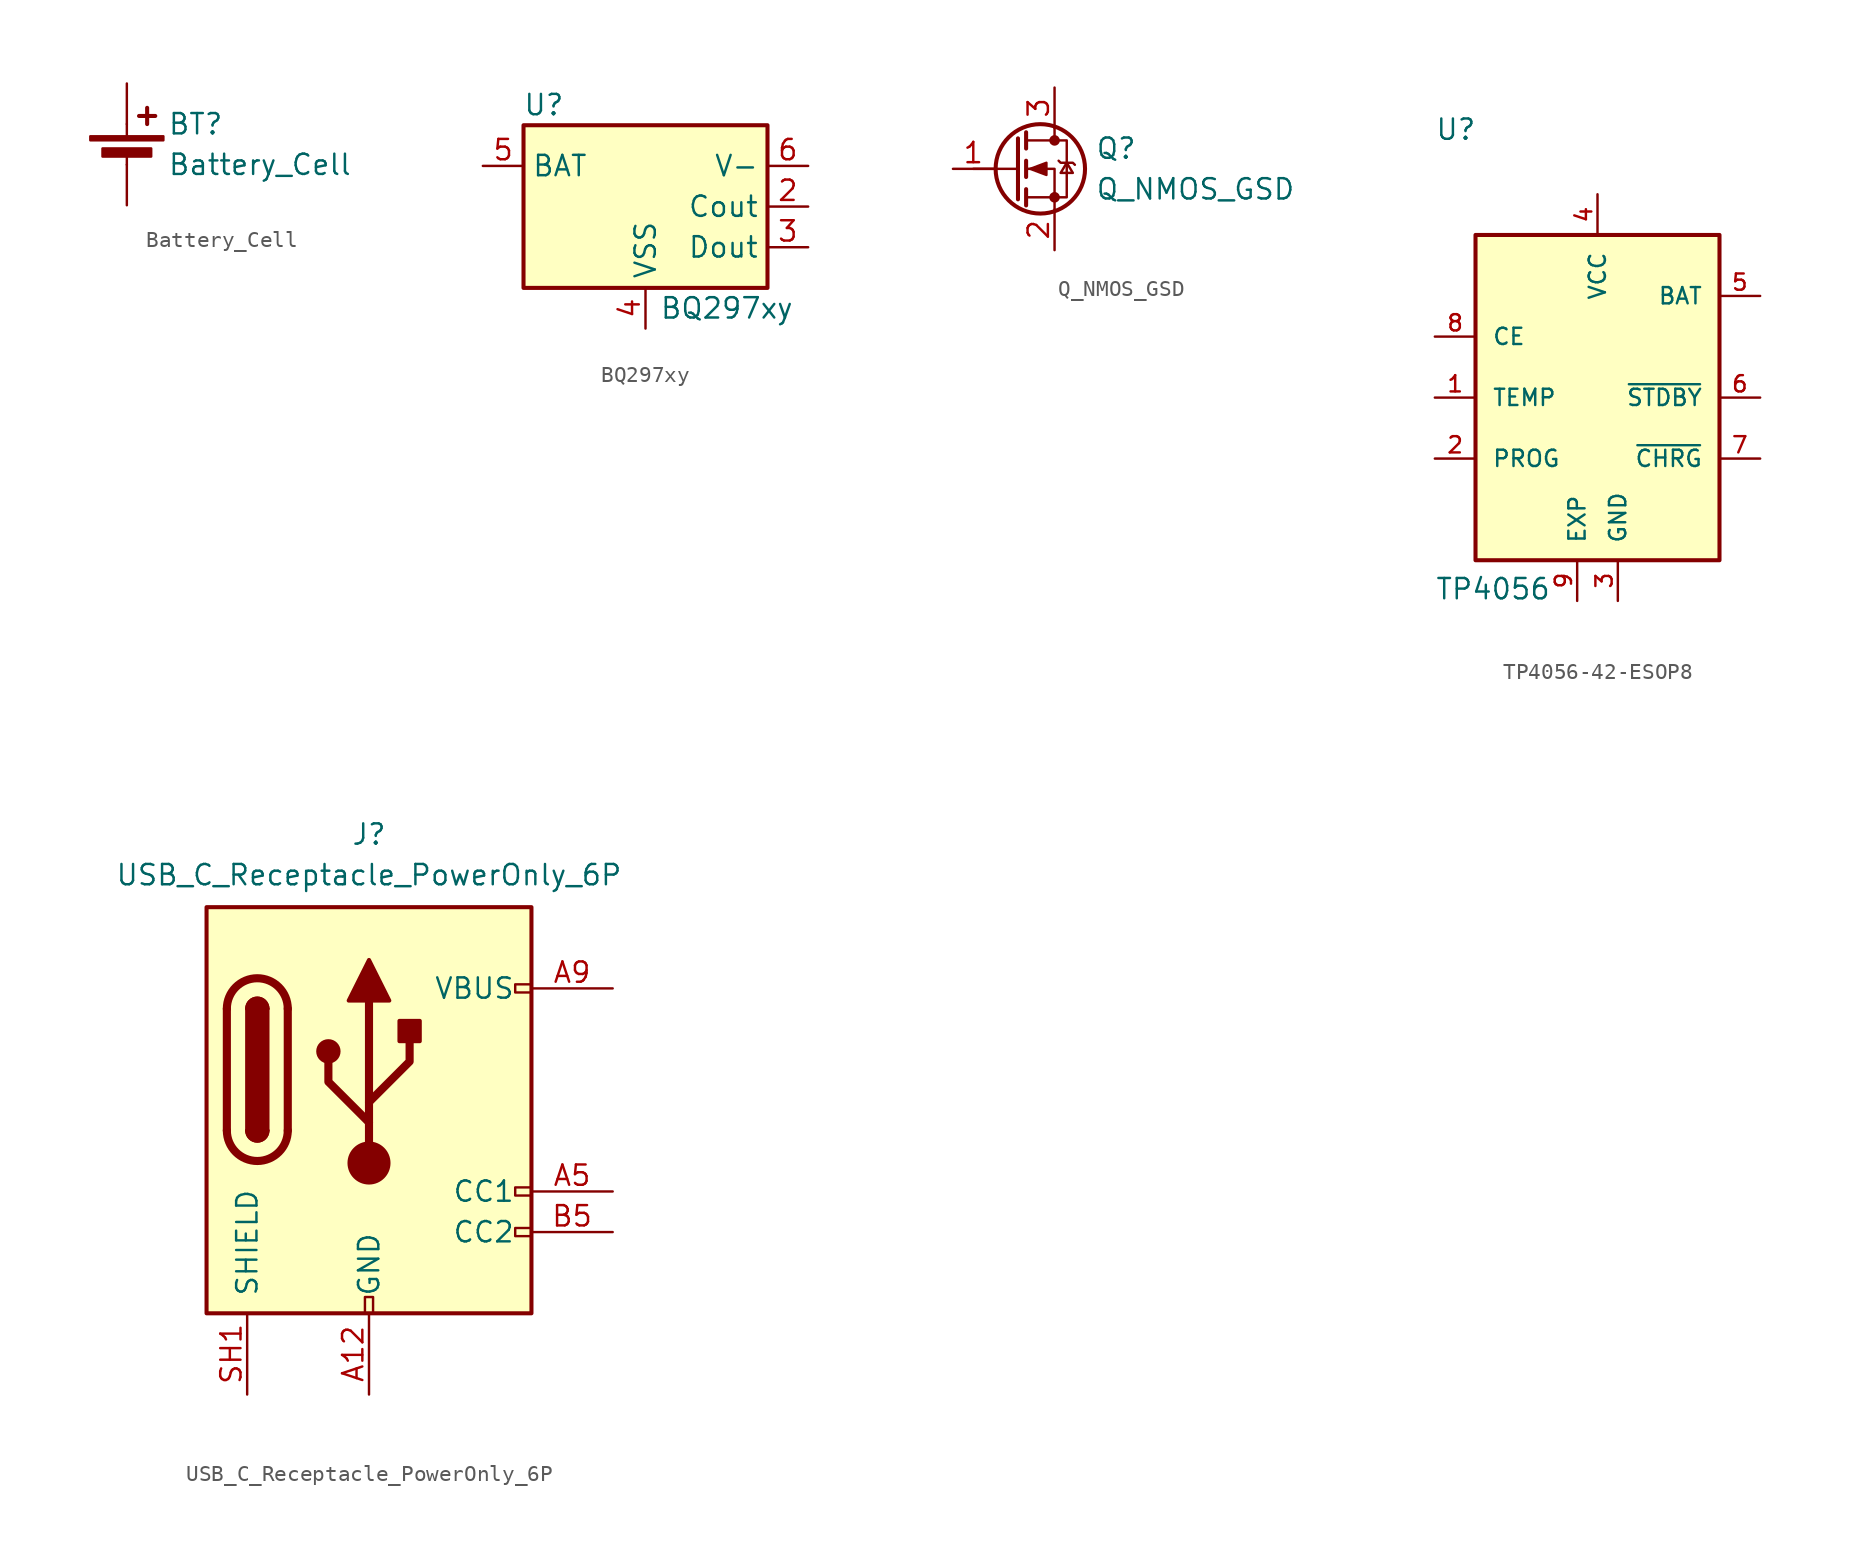
<source format=kicad_sym>
(kicad_symbol_lib
  (version 20231120)
  (generator "kicad_symbol_editor")
  (generator_version "8.0")
  (symbol "Battery_Cell"
    (pin_numbers hide)
    (pin_names
      (offset 0) hide)
    (property "Reference" "BT"
      (at 2.54 2.54 0)
      (effects (font (size 1.27 1.27)) (justify left)))
    (property "Value" "Battery_Cell"
      (at 2.54 0 0)
      (effects (font (size 1.27 1.27)) (justify left)))
    (symbol "Battery_Cell_0_1"
      (rectangle (start -2.286 1.778) (end 2.286 1.524) (stroke (width 0) (type default)) (fill (type outline)))
      (rectangle (start -1.524 1.016) (end 1.524 0.508) (stroke (width 0) (type default)) (fill (type outline)))
      (polyline (pts (xy 0 0.762) (xy 0 0)) (stroke (width 0) (type default)) (fill (type none)))
      (polyline (pts (xy 0 1.778) (xy 0 2.54)) (stroke (width 0) (type default)) (fill (type none)))
      (polyline (pts (xy 0.762 3.048) (xy 1.778 3.048)) (stroke (width 0.254) (type default)) (fill (type none)))
      (polyline (pts (xy 1.27 3.556) (xy 1.27 2.54)) (stroke (width 0.254) (type default)) (fill (type none))))
    (symbol "Battery_Cell_1_1"
      (pin passive line (at 0 -2.54 90) (length 2.54) (name "-" (effects (font (size 1.27 1.27)))) (number "1" (effects (font (size 1.27 1.27)))))
      (pin passive line (at 0 5.08 270) (length 2.54) (name "+" (effects (font (size 1.27 1.27)))) (number "2" (effects (font (size 1.27 1.27)))))))
  (symbol "BQ297xy"
    (property "Reference" "U"
      (at -6.35 6.35 0)
      (effects (font (size 1.27 1.27))))
    (property "Value" "BQ297xy"
      (at 5.08 -6.35 0)
      (effects (font (size 1.27 1.27))))
    (symbol "BQ297xy_0_1"
      (rectangle (start -7.62 5.08) (end 7.62 -5.08) (stroke (width 0.254) (type default)) (fill (type background))))
    (symbol "BQ297xy_1_1"
      (pin no_connect line (at -10.16 0 0) (length 2.54) hide (name "NC" (effects (font (size 1.27 1.27)))) (number "1" (effects (font (size 1.27 1.27)))))
      (pin output line (at 10.16 0 180) (length 2.54) (name "Cout" (effects (font (size 1.27 1.27)))) (number "2" (effects (font (size 1.27 1.27)))))
      (pin output line (at 10.16 -2.54 180) (length 2.54) (name "Dout" (effects (font (size 1.27 1.27)))) (number "3" (effects (font (size 1.27 1.27)))))
      (pin power_in line (at 0 -7.62 90) (length 2.54) (name "VSS" (effects (font (size 1.27 1.27)))) (number "4" (effects (font (size 1.27 1.27)))))
      (pin input line (at -10.16 2.54 0) (length 2.54) (name "BAT" (effects (font (size 1.27 1.27)))) (number "5" (effects (font (size 1.27 1.27)))))
      (pin input line (at 10.16 2.54 180) (length 2.54) (name "V-" (effects (font (size 1.27 1.27)))) (number "6" (effects (font (size 1.27 1.27)))))))
  (symbol "Q_NMOS_GSD"
    (pin_names
      (offset 0) hide)
    (property "Reference" "Q"
      (at 5.08 1.27 0)
      (effects (font (size 1.27 1.27)) (justify left)))
    (property "Value" "Q_NMOS_GSD"
      (at 5.08 -1.27 0)
      (effects (font (size 1.27 1.27)) (justify left)))
    (symbol "Q_NMOS_GSD_0_1"
      (polyline (pts (xy 0.254 0) (xy -2.54 0)) (stroke (width 0) (type default)) (fill (type none)))
      (polyline (pts (xy 0.254 1.905) (xy 0.254 -1.905)) (stroke (width 0.254) (type default)) (fill (type none)))
      (polyline (pts (xy 0.762 -1.27) (xy 0.762 -2.286)) (stroke (width 0.254) (type default)) (fill (type none)))
      (polyline (pts (xy 0.762 0.508) (xy 0.762 -0.508)) (stroke (width 0.254) (type default)) (fill (type none)))
      (polyline (pts (xy 0.762 2.286) (xy 0.762 1.27)) (stroke (width 0.254) (type default)) (fill (type none)))
      (polyline (pts (xy 2.54 2.54) (xy 2.54 1.778)) (stroke (width 0) (type default)) (fill (type none)))
      (polyline (pts (xy 2.54 -2.54) (xy 2.54 0) (xy 0.762 0)) (stroke (width 0) (type default)) (fill (type none)))
      (polyline (pts (xy 0.762 -1.778) (xy 3.302 -1.778) (xy 3.302 1.778) (xy 0.762 1.778)) (stroke (width 0) (type default)) (fill (type none)))
      (polyline (pts (xy 1.016 0) (xy 2.032 0.381) (xy 2.032 -0.381) (xy 1.016 0)) (stroke (width 0) (type default)) (fill (type outline)))
      (polyline (pts (xy 2.794 0.508) (xy 2.921 0.381) (xy 3.683 0.381) (xy 3.81 0.254)) (stroke (width 0) (type default)) (fill (type none)))
      (polyline (pts (xy 3.302 0.381) (xy 2.921 -0.254) (xy 3.683 -0.254) (xy 3.302 0.381)) (stroke (width 0) (type default)) (fill (type none)))
      (circle (center 1.651 0) (radius 2.794) (stroke (width 0.254) (type default)) (fill (type none)))
      (circle (center 2.54 -1.778) (radius 0.254) (stroke (width 0) (type default)) (fill (type outline)))
      (circle (center 2.54 1.778) (radius 0.254) (stroke (width 0) (type default)) (fill (type outline))))
    (symbol "Q_NMOS_GSD_1_1"
      (pin input line (at -3.81 0 0) (length 2.54) (name "G" (effects (font (size 1.27 1.27)))) (number "1" (effects (font (size 1.27 1.27)))))
      (pin passive line (at 2.54 -5.08 90) (length 2.54) (name "S" (effects (font (size 1.27 1.27)))) (number "2" (effects (font (size 1.27 1.27)))))
      (pin passive line (at 2.54 5.08 270) (length 2.54) (name "D" (effects (font (size 1.27 1.27)))) (number "3" (effects (font (size 1.27 1.27)))))))
  (symbol "TP4056-42-ESOP8"
    (pin_names
      (offset 1.016))
    (property "Reference" "U"
      (at -10.16 16.002 0)
      (effects (font (size 1.27 1.27)) (justify left bottom)))
    (property "Value" "TP4056"
      (at -10.16 -12.7 0)
      (effects (font (size 1.27 1.27)) (justify left bottom)))
    (symbol "TP4056-42-ESOP8_0_0"
      (rectangle (start -7.62 10.16) (end 7.62 -10.16) (stroke (width 0.254) (type default)) (fill (type background)))
      (pin input line (at -10.16 0 0) (length 2.54) (name "TEMP" (effects (font (size 1.016 1.016)))) (number "1" (effects (font (size 1.016 1.016)))))
      (pin passive line (at -10.16 -3.81 0) (length 2.54) (name "PROG" (effects (font (size 1.016 1.016)))) (number "2" (effects (font (size 1.016 1.016)))))
      (pin power_in line (at 1.27 -12.7 90) (length 2.54) (name "GND" (effects (font (size 1.016 1.016)))) (number "3" (effects (font (size 1.016 1.016)))))
      (pin power_in line (at 0 12.7 270) (length 2.54) (name "VCC" (effects (font (size 1.016 1.016)))) (number "4" (effects (font (size 1.016 1.016)))))
      (pin power_in line (at 10.16 6.35 180) (length 2.54) (name "BAT" (effects (font (size 1.016 1.016)))) (number "5" (effects (font (size 1.016 1.016)))))
      (pin output line (at 10.16 0 180) (length 2.54) (name "~{STDBY}" (effects (font (size 1.016 1.016)))) (number "6" (effects (font (size 1.016 1.016)))))
      (pin output line (at 10.16 -3.81 180) (length 2.54) (name "~{CHRG}" (effects (font (size 1.016 1.016)))) (number "7" (effects (font (size 1.016 1.016)))))
      (pin input line (at -10.16 3.81 0) (length 2.54) (name "CE" (effects (font (size 1.016 1.016)))) (number "8" (effects (font (size 1.016 1.016)))))
      (pin passive line (at -1.27 -12.7 90) (length 2.54) (name "EXP" (effects (font (size 1.016 1.016)))) (number "9" (effects (font (size 1.016 1.016)))))))
  (symbol "USB_C_Receptacle_PowerOnly_6P"
    (pin_names
      (offset 1.016))
    (property "Reference" "J"
      (at 0 16.51 0)
      (effects (font (size 1.27 1.27)) (justify bottom)))
    (property "Value" "USB_C_Receptacle_PowerOnly_6P"
      (at 0 13.97 0)
      (effects (font (size 1.27 1.27)) (justify bottom)))
    (symbol "USB_C_Receptacle_PowerOnly_6P_0_0"
      (rectangle (start -0.254 -12.7) (end 0.254 -11.684) (stroke (width 0) (type default)) (fill (type none)))
      (rectangle (start 10.16 -7.366) (end 9.144 -7.874) (stroke (width 0) (type default)) (fill (type none)))
      (rectangle (start 10.16 -4.826) (end 9.144 -5.334) (stroke (width 0) (type default)) (fill (type none)))
      (rectangle (start 10.16 7.874) (end 9.144 7.366) (stroke (width 0) (type default)) (fill (type none))))
    (symbol "USB_C_Receptacle_PowerOnly_6P_0_1"
      (rectangle (start -10.16 12.7) (end 10.16 -12.7) (stroke (width 0.254) (type default)) (fill (type background)))
      (arc (start -8.89 -1.27) (mid -6.985 -3.1667) (end -5.08 -1.27) (stroke (width 0.508) (type default)) (fill (type none)))
      (arc (start -7.62 -1.27) (mid -6.985 -1.9023) (end -6.35 -1.27) (stroke (width 0.254) (type default)) (fill (type none)))
      (arc (start -7.62 -1.27) (mid -6.985 -1.9023) (end -6.35 -1.27) (stroke (width 0.254) (type default)) (fill (type outline)))
      (rectangle (start -7.62 -1.27) (end -6.35 6.35) (stroke (width 0.254) (type default)) (fill (type outline)))
      (arc (start -6.35 6.35) (mid -6.985 6.9823) (end -7.62 6.35) (stroke (width 0.254) (type default)) (fill (type none)))
      (arc (start -6.35 6.35) (mid -6.985 6.9823) (end -7.62 6.35) (stroke (width 0.254) (type default)) (fill (type outline)))
      (arc (start -5.08 6.35) (mid -6.985 8.2467) (end -8.89 6.35) (stroke (width 0.508) (type default)) (fill (type none)))
      (circle (center -2.54 3.683) (radius 0.635) (stroke (width 0.254) (type default)) (fill (type outline)))
      (circle (center 0 -3.302) (radius 1.27) (stroke (width 0) (type default)) (fill (type outline)))
      (polyline (pts (xy -8.89 -1.27) (xy -8.89 6.35)) (stroke (width 0.508) (type default)) (fill (type none)))
      (polyline (pts (xy -5.08 6.35) (xy -5.08 -1.27)) (stroke (width 0.508) (type default)) (fill (type none)))
      (polyline (pts (xy 0 -3.302) (xy 0 6.858)) (stroke (width 0.508) (type default)) (fill (type none)))
      (polyline (pts (xy 0 -0.762) (xy -2.54 1.778) (xy -2.54 3.048)) (stroke (width 0.508) (type default)) (fill (type none)))
      (polyline (pts (xy 0 0.508) (xy 2.54 3.048) (xy 2.54 4.318)) (stroke (width 0.508) (type default)) (fill (type none)))
      (polyline (pts (xy -1.27 6.858) (xy 0 9.398) (xy 1.27 6.858) (xy -1.27 6.858)) (stroke (width 0.254) (type default)) (fill (type outline)))
      (rectangle (start 1.905 4.318) (end 3.175 5.588) (stroke (width 0.254) (type default)) (fill (type outline))))
    (symbol "USB_C_Receptacle_PowerOnly_6P_1_1"
      (pin passive line (at 0 -17.78 90) (length 5.08) (name "GND" (effects (font (size 1.27 1.27)))) (number "A12" (effects (font (size 1.27 1.27)))))
      (pin bidirectional line (at 15.24 -5.08 180) (length 5.08) (name "CC1" (effects (font (size 1.27 1.27)))) (number "A5" (effects (font (size 1.27 1.27)))))
      (pin passive line (at 15.24 7.62 180) (length 5.08) (name "VBUS" (effects (font (size 1.27 1.27)))) (number "A9" (effects (font (size 1.27 1.27)))))
      (pin passive line (at 0 -17.78 90) (length 5.08) hide (name "GND" (effects (font (size 1.27 1.27)))) (number "B12" (effects (font (size 1.27 1.27)))))
      (pin bidirectional line (at 15.24 -7.62 180) (length 5.08) (name "CC2" (effects (font (size 1.27 1.27)))) (number "B5" (effects (font (size 1.27 1.27)))))
      (pin passive line (at 15.24 7.62 180) (length 5.08) hide (name "VBUS" (effects (font (size 1.27 1.27)))) (number "B9" (effects (font (size 1.27 1.27)))))
      (pin passive line (at -7.62 -17.78 90) (length 5.08) (name "SHIELD" (effects (font (size 1.27 1.27)))) (number "SH1" (effects (font (size 1.27 1.27)))))
      (pin passive line (at -7.62 -17.78 90) (length 5.08) hide (name "SHIELD" (effects (font (size 1.27 1.27)))) (number "SH2" (effects (font (size 1.27 1.27)))))
      (pin passive line (at -7.62 -17.78 90) (length 5.08) hide (name "SHIELD" (effects (font (size 1.27 1.27)))) (number "SH3" (effects (font (size 1.27 1.27)))))
      (pin passive line (at -7.62 -17.78 90) (length 5.08) hide (name "SHIELD" (effects (font (size 1.27 1.27)))) (number "SH4" (effects (font (size 1.27 1.27))))))))
</source>
